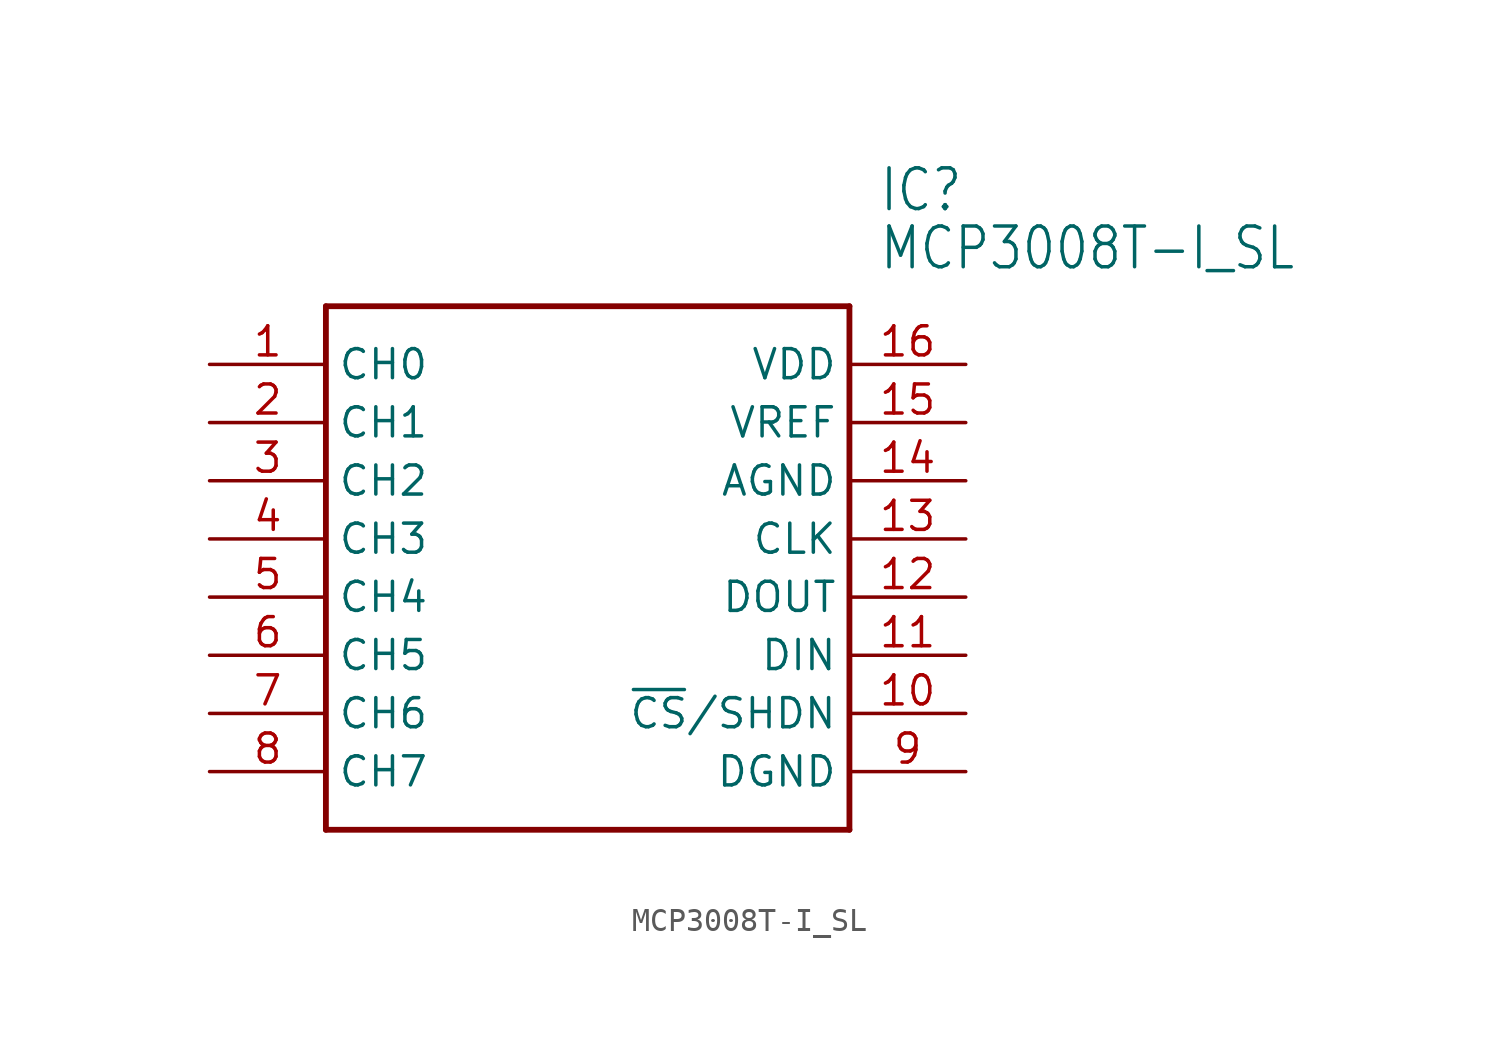
<source format=kicad_sym>
(kicad_symbol_lib
  (version 20211014)
  (generator kicad_symbol_editor)
  (symbol "MCP3008T-I_SL"
    (property "Reference" "IC"
      (at 29.21 7.62 0)
      (effects (font (size 1.778 1.511)) (justify left)))
    (property "Value" "MCP3008T-I_SL"
      (at 29.21 5.08 0)
      (effects (font (size 1.778 1.511)) (justify left)))
    (property "ki_locked" ""
      (at 0 0 0)
      (effects (font (size 1.27 1.27))))
    (symbol "MCP3008T-I_SL_1_0"
      (polyline (pts (xy 5.08 2.54) (xy 5.08 -20.32)) (stroke (width 0.254) (type default) (color 0 0 0 0)) (fill (type none)))
      (polyline (pts (xy 5.08 2.54) (xy 27.94 2.54)) (stroke (width 0.254) (type default) (color 0 0 0 0)) (fill (type none)))
      (polyline (pts (xy 27.94 -20.32) (xy 5.08 -20.32)) (stroke (width 0.254) (type default) (color 0 0 0 0)) (fill (type none)))
      (polyline (pts (xy 27.94 -20.32) (xy 27.94 2.54)) (stroke (width 0.254) (type default) (color 0 0 0 0)) (fill (type none)))
      (pin bidirectional line (at 0 0 0) (length 5.08) (name "CH0" (effects (font (size 1.27 1.27)))) (number "1" (effects (font (size 1.27 1.27)))))
      (pin bidirectional line (at 33.02 -15.24 180) (length 5.08) (name "~{CS}/SHDN" (effects (font (size 1.27 1.27)))) (number "10" (effects (font (size 1.27 1.27)))))
      (pin bidirectional line (at 33.02 -12.7 180) (length 5.08) (name "DIN" (effects (font (size 1.27 1.27)))) (number "11" (effects (font (size 1.27 1.27)))))
      (pin bidirectional line (at 33.02 -10.16 180) (length 5.08) (name "DOUT" (effects (font (size 1.27 1.27)))) (number "12" (effects (font (size 1.27 1.27)))))
      (pin bidirectional line (at 33.02 -7.62 180) (length 5.08) (name "CLK" (effects (font (size 1.27 1.27)))) (number "13" (effects (font (size 1.27 1.27)))))
      (pin bidirectional line (at 33.02 -5.08 180) (length 5.08) (name "AGND" (effects (font (size 1.27 1.27)))) (number "14" (effects (font (size 1.27 1.27)))))
      (pin bidirectional line (at 33.02 -2.54 180) (length 5.08) (name "VREF" (effects (font (size 1.27 1.27)))) (number "15" (effects (font (size 1.27 1.27)))))
      (pin bidirectional line (at 33.02 0 180) (length 5.08) (name "VDD" (effects (font (size 1.27 1.27)))) (number "16" (effects (font (size 1.27 1.27)))))
      (pin bidirectional line (at 0 -2.54 0) (length 5.08) (name "CH1" (effects (font (size 1.27 1.27)))) (number "2" (effects (font (size 1.27 1.27)))))
      (pin bidirectional line (at 0 -5.08 0) (length 5.08) (name "CH2" (effects (font (size 1.27 1.27)))) (number "3" (effects (font (size 1.27 1.27)))))
      (pin bidirectional line (at 0 -7.62 0) (length 5.08) (name "CH3" (effects (font (size 1.27 1.27)))) (number "4" (effects (font (size 1.27 1.27)))))
      (pin bidirectional line (at 0 -10.16 0) (length 5.08) (name "CH4" (effects (font (size 1.27 1.27)))) (number "5" (effects (font (size 1.27 1.27)))))
      (pin bidirectional line (at 0 -12.7 0) (length 5.08) (name "CH5" (effects (font (size 1.27 1.27)))) (number "6" (effects (font (size 1.27 1.27)))))
      (pin bidirectional line (at 0 -15.24 0) (length 5.08) (name "CH6" (effects (font (size 1.27 1.27)))) (number "7" (effects (font (size 1.27 1.27)))))
      (pin bidirectional line (at 0 -17.78 0) (length 5.08) (name "CH7" (effects (font (size 1.27 1.27)))) (number "8" (effects (font (size 1.27 1.27)))))
      (pin bidirectional line (at 33.02 -17.78 180) (length 5.08) (name "DGND" (effects (font (size 1.27 1.27)))) (number "9" (effects (font (size 1.27 1.27))))))))
</source>
